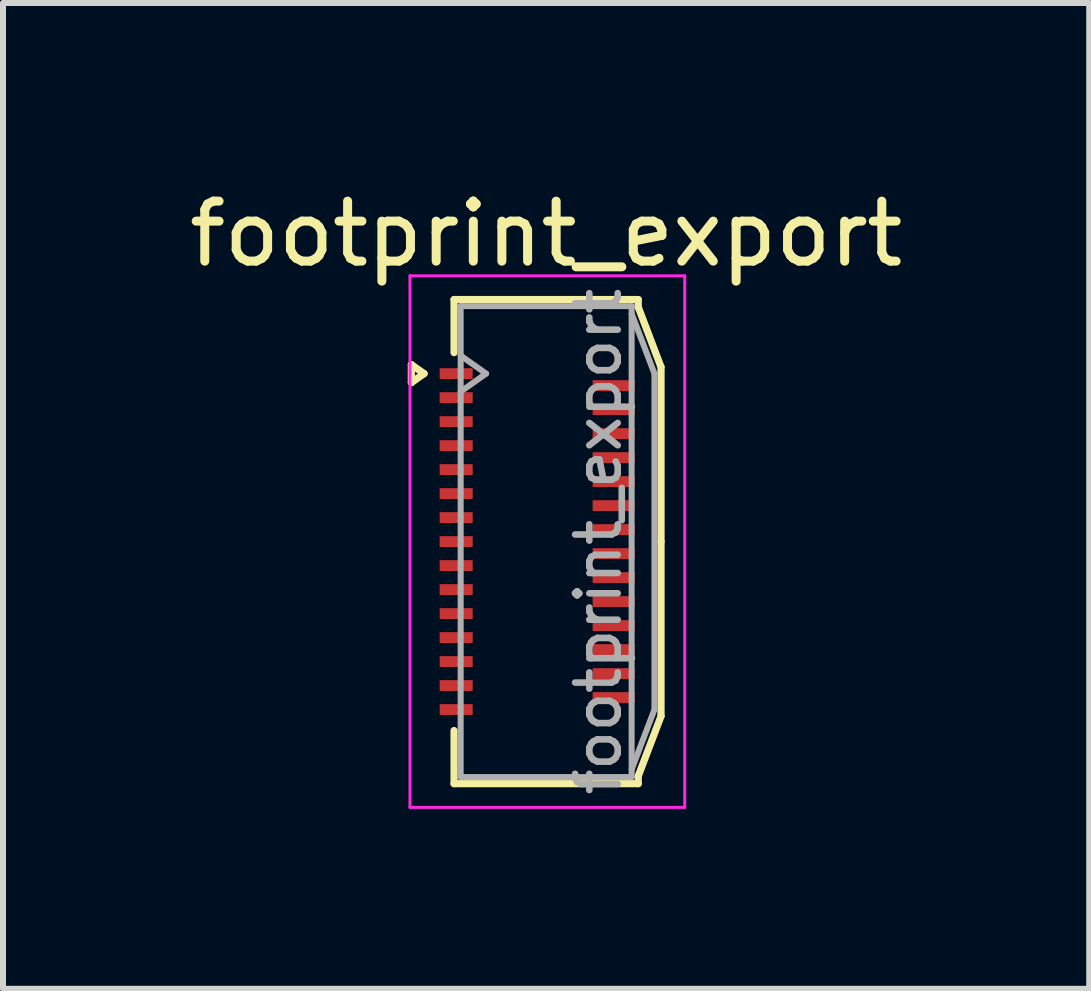
<source format=kicad_pcb>
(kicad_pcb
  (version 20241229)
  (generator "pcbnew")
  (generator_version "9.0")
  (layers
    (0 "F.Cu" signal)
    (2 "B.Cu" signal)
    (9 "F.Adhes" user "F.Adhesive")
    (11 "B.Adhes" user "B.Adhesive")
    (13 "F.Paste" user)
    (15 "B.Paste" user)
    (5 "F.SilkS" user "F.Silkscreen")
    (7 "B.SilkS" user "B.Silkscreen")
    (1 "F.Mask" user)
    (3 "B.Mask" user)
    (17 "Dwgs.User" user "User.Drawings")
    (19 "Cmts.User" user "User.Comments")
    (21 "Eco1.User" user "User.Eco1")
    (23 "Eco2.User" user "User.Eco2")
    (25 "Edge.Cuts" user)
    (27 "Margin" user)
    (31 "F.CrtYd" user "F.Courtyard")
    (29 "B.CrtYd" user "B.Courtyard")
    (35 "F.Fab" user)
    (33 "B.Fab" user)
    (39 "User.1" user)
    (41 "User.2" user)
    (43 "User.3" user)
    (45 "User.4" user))
  (footprint "footprint_export"
    (layer "F.Cu")
    (at 5.904 5.978)
    (property "Reference" "footprint_export" (at 0.15 -5.13 0) (layer "F.SilkS") (effects (font (size 1 1) (thickness 0.15))))
    (attr smd)
    (fp_line (start -2.097 -2.95) (end -1.885 -2.8) (stroke (width 0.12) (type solid)) (layer "F.SilkS"))
    (fp_line (start -2.097 -2.65) (end -2.097 -2.95) (stroke (width 0.12) (type solid)) (layer "F.SilkS"))
    (fp_line (start -1.885 -2.8) (end -2.097 -2.65) (stroke (width 0.12) (type solid)) (layer "F.SilkS"))
    (fp_line (start -1.385 -4.035) (end 1.685 -4.035) (stroke (width 0.12) (type solid)) (layer "F.SilkS"))
    (fp_line (start -1.385 -3.15) (end -1.385 -4.035) (stroke (width 0.12) (type solid)) (layer "F.SilkS"))
    (fp_line (start -1.385 3.15) (end -1.385 4.035) (stroke (width 0.12) (type solid)) (layer "F.SilkS"))
    (fp_line (start -1.385 4.035) (end 1.685 4.035) (stroke (width 0.12) (type solid)) (layer "F.SilkS"))
    (fp_line (start 1.685 -4.035) (end 1.685 -3.91) (stroke (width 0.12) (type solid)) (layer "F.SilkS"))
    (fp_line (start 1.685 -3.91) (end 2.065 -2.91) (stroke (width 0.12) (type solid)) (layer "F.SilkS"))
    (fp_line (start 1.685 3.91) (end 2.065 2.91) (stroke (width 0.12) (type solid)) (layer "F.SilkS"))
    (fp_line (start 1.685 4.035) (end 1.685 3.91) (stroke (width 0.12) (type solid)) (layer "F.SilkS"))
    (fp_line (start 2.065 -2.91) (end 2.065 0) (stroke (width 0.12) (type solid)) (layer "F.SilkS"))
    (fp_line (start 2.065 2.91) (end 2.065 0) (stroke (width 0.12) (type solid)) (layer "F.SilkS"))
    (fp_line (start -2.12 -4.43) (end -2.12 4.43) (stroke (width 0.05) (type solid)) (layer "F.CrtYd"))
    (fp_line (start -2.12 4.43) (end 2.46 4.43) (stroke (width 0.05) (type solid)) (layer "F.CrtYd"))
    (fp_line (start 2.46 -4.43) (end -2.12 -4.43) (stroke (width 0.05) (type solid)) (layer "F.CrtYd"))
    (fp_line (start 2.46 4.43) (end 2.46 -4.43) (stroke (width 0.05) (type solid)) (layer "F.CrtYd"))
    (fp_line (start -1.275 -3.925) (end -1.275 3.925) (stroke (width 0.1) (type solid)) (layer "F.Fab"))
    (fp_line (start -1.275 -3.1) (end -0.851 -2.8) (stroke (width 0.1) (type solid)) (layer "F.Fab"))
    (fp_line (start -1.275 3.925) (end 1.575 3.925) (stroke (width 0.1) (type solid)) (layer "F.Fab"))
    (fp_line (start -0.851 -2.8) (end -1.275 -2.5) (stroke (width 0.1) (type solid)) (layer "F.Fab"))
    (fp_line (start 1.575 -3.925) (end -1.275 -3.925) (stroke (width 0.1) (type solid)) (layer "F.Fab"))
    (fp_line (start 1.575 -3.8) (end 1.955 -2.8) (stroke (width 0.1) (type solid)) (layer "F.Fab"))
    (fp_line (start 1.575 3.925) (end 1.575 -3.925) (stroke (width 0.1) (type solid)) (layer "F.Fab"))
    (fp_line (start 1.955 -2.8) (end 1.955 2.8) (stroke (width 0.1) (type solid)) (layer "F.Fab"))
    (fp_line (start 1.955 2.8) (end 1.575 3.8) (stroke (width 0.1) (type solid)) (layer "F.Fab"))
    (fp_text user "${REFERENCE}" (at 1.02 0 90) (layer "F.Fab") (effects (font (size 0.71 0.71) (thickness 0.11))))
    (pad "1" smd rect (at -1.35 -2.8) (size 0.55 0.18) (layers "F.Cu" "F.Mask" "F.Paste"))
    (pad "2" smd rect (at 1.275 -2.6) (size 0.7 0.18) (layers "F.Cu" "F.Mask" "F.Paste"))
    (pad "3" smd rect (at -1.35 -2.4) (size 0.55 0.18) (layers "F.Cu" "F.Mask" "F.Paste"))
    (pad "4" smd rect (at 1.275 -2.2) (size 0.7 0.18) (layers "F.Cu" "F.Mask" "F.Paste"))
    (pad "5" smd rect (at -1.35 -2) (size 0.55 0.18) (layers "F.Cu" "F.Mask" "F.Paste"))
    (pad "6" smd rect (at 1.275 -1.8) (size 0.7 0.18) (layers "F.Cu" "F.Mask" "F.Paste"))
    (pad "7" smd rect (at -1.35 -1.6) (size 0.55 0.18) (layers "F.Cu" "F.Mask" "F.Paste"))
    (pad "8" smd rect (at 1.275 -1.4) (size 0.7 0.18) (layers "F.Cu" "F.Mask" "F.Paste"))
    (pad "9" smd rect (at -1.35 -1.2) (size 0.55 0.18) (layers "F.Cu" "F.Mask" "F.Paste"))
    (pad "10" smd rect (at 1.275 -1) (size 0.7 0.18) (layers "F.Cu" "F.Mask" "F.Paste"))
    (pad "11" smd rect (at -1.35 -0.8) (size 0.55 0.18) (layers "F.Cu" "F.Mask" "F.Paste"))
    (pad "12" smd rect (at 1.275 -0.6) (size 0.7 0.18) (layers "F.Cu" "F.Mask" "F.Paste"))
    (pad "13" smd rect (at -1.35 -0.4) (size 0.55 0.18) (layers "F.Cu" "F.Mask" "F.Paste"))
    (pad "14" smd rect (at 1.275 -0.2) (size 0.7 0.18) (layers "F.Cu" "F.Mask" "F.Paste"))
    (pad "15" smd rect (at -1.35 0) (size 0.55 0.18) (layers "F.Cu" "F.Mask" "F.Paste"))
    (pad "16" smd rect (at 1.275 0.2) (size 0.7 0.18) (layers "F.Cu" "F.Mask" "F.Paste"))
    (pad "17" smd rect (at -1.35 0.4) (size 0.55 0.18) (layers "F.Cu" "F.Mask" "F.Paste"))
    (pad "18" smd rect (at 1.275 0.6) (size 0.7 0.18) (layers "F.Cu" "F.Mask" "F.Paste"))
    (pad "19" smd rect (at -1.35 0.8) (size 0.55 0.18) (layers "F.Cu" "F.Mask" "F.Paste"))
    (pad "20" smd rect (at 1.275 1) (size 0.7 0.18) (layers "F.Cu" "F.Mask" "F.Paste"))
    (pad "21" smd rect (at -1.35 1.2) (size 0.55 0.18) (layers "F.Cu" "F.Mask" "F.Paste"))
    (pad "22" smd rect (at 1.275 1.4) (size 0.7 0.18) (layers "F.Cu" "F.Mask" "F.Paste"))
    (pad "23" smd rect (at -1.35 1.6) (size 0.55 0.18) (layers "F.Cu" "F.Mask" "F.Paste"))
    (pad "24" smd rect (at 1.275 1.8) (size 0.7 0.18) (layers "F.Cu" "F.Mask" "F.Paste"))
    (pad "25" smd rect (at -1.35 2) (size 0.55 0.18) (layers "F.Cu" "F.Mask" "F.Paste"))
    (pad "26" smd rect (at 1.275 2.2) (size 0.7 0.18) (layers "F.Cu" "F.Mask" "F.Paste"))
    (pad "27" smd rect (at -1.35 2.4) (size 0.55 0.18) (layers "F.Cu" "F.Mask" "F.Paste"))
    (pad "28" smd rect (at 1.275 2.6) (size 0.7 0.18) (layers "F.Cu" "F.Mask" "F.Paste"))
    (pad "29" smd rect (at -1.35 2.8) (size 0.55 0.18) (layers "F.Cu" "F.Mask" "F.Paste")))
  (gr_rect
    (start -3 -3)
    (end 15.107 13.433)
    (stroke (width 0.1) (type default))
    (fill no)
    (layer "Edge.Cuts")))
</source>
